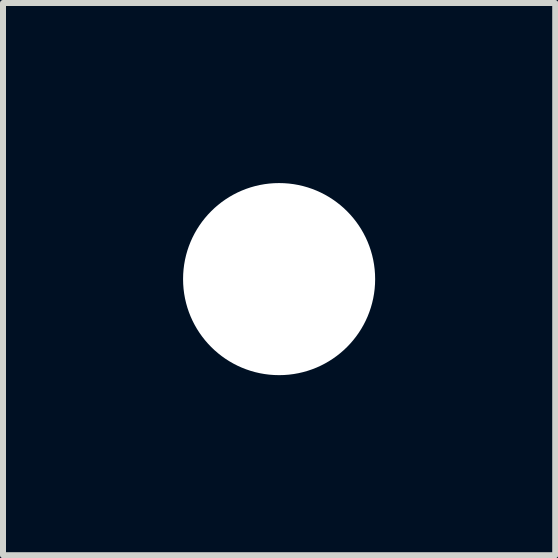
<source format=kicad_pcb>
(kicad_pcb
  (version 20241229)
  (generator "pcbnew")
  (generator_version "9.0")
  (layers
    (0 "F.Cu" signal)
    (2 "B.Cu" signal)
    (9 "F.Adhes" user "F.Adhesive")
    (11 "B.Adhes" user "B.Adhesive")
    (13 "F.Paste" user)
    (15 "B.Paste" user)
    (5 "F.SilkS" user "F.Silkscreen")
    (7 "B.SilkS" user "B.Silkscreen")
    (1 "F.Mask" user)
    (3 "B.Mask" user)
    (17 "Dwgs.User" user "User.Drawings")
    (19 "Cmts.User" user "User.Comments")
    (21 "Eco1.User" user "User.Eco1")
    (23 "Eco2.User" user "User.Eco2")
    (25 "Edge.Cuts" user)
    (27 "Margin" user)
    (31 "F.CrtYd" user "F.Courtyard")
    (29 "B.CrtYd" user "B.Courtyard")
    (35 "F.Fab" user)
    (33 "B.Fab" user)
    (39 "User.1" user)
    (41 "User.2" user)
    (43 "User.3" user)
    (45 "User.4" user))
  (footprint "M3"
    (layer "F.Cu")
    (at 1.6 1.6)
    (property "Reference" "M3" (at 0 -0.5 0) (unlocked yes) (layer "F.SilkS") (effects (font (size 1 1) (thickness 0.1))))
    (attr through_hole)
    (pad "" np_thru_hole circle (at 0 0) (size 3.2 3.2) (drill 3.2) (layers "*.Cu" "*.Mask")))
  (gr_rect
    (start -3 -3)
    (end 6.2 6.2)
    (stroke (width 0.1) (type default))
    (fill no)
    (layer "Edge.Cuts")))
</source>
